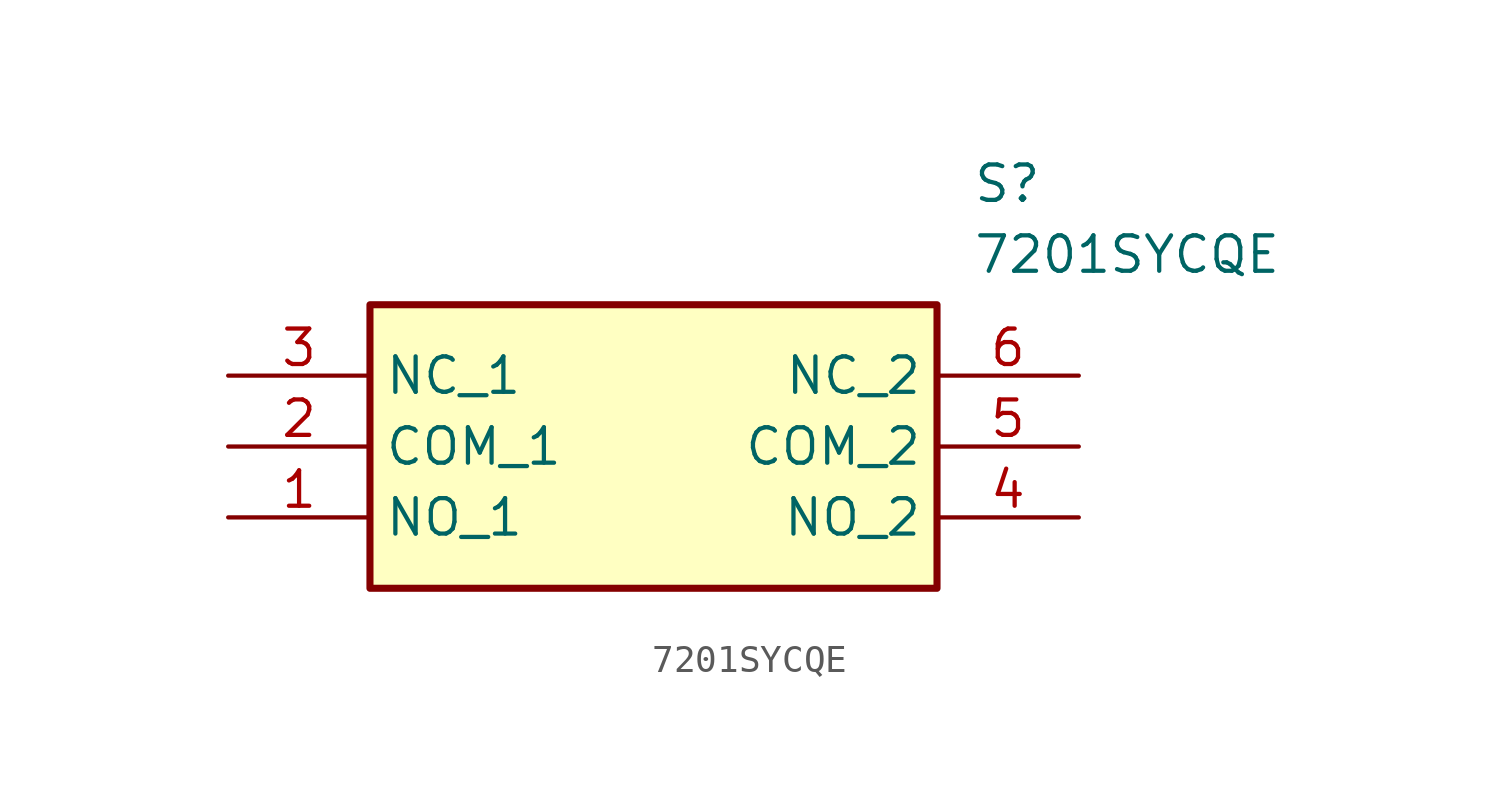
<source format=kicad_sym>
(kicad_symbol_lib
  (version 20211014)
  (generator SamacSys_ECAD_Model)
  (symbol "7201SYCQE"
    (property "Reference" "S"
      (at 26.67 7.62 0)
      (effects (font (size 1.27 1.27)) (justify left top)))
    (property "Value" "7201SYCQE"
      (at 26.67 5.08 0)
      (effects (font (size 1.27 1.27)) (justify left top)))
    (rectangle
      (start 5.08 2.54)
      (end 25.4 -7.62)
      (stroke (width 0.254) (type default))
      (fill (type background)))
    (pin passive line
      (at 0 -5.08 0)
      (length 5.08)
      (name "NO_1" (effects (font (size 1.27 1.27))))
      (number "1" (effects (font (size 1.27 1.27)))))
    (pin passive line
      (at 0 -2.54 0)
      (length 5.08)
      (name "COM_1" (effects (font (size 1.27 1.27))))
      (number "2" (effects (font (size 1.27 1.27)))))
    (pin passive line
      (at 0 0 0)
      (length 5.08)
      (name "NC_1" (effects (font (size 1.27 1.27))))
      (number "3" (effects (font (size 1.27 1.27)))))
    (pin passive line
      (at 30.48 -5.08 180)
      (length 5.08)
      (name "NO_2" (effects (font (size 1.27 1.27))))
      (number "4" (effects (font (size 1.27 1.27)))))
    (pin passive line
      (at 30.48 -2.54 180)
      (length 5.08)
      (name "COM_2" (effects (font (size 1.27 1.27))))
      (number "5" (effects (font (size 1.27 1.27)))))
    (pin passive line
      (at 30.48 0 180)
      (length 5.08)
      (name "NC_2" (effects (font (size 1.27 1.27))))
      (number "6" (effects (font (size 1.27 1.27)))))))
</source>
